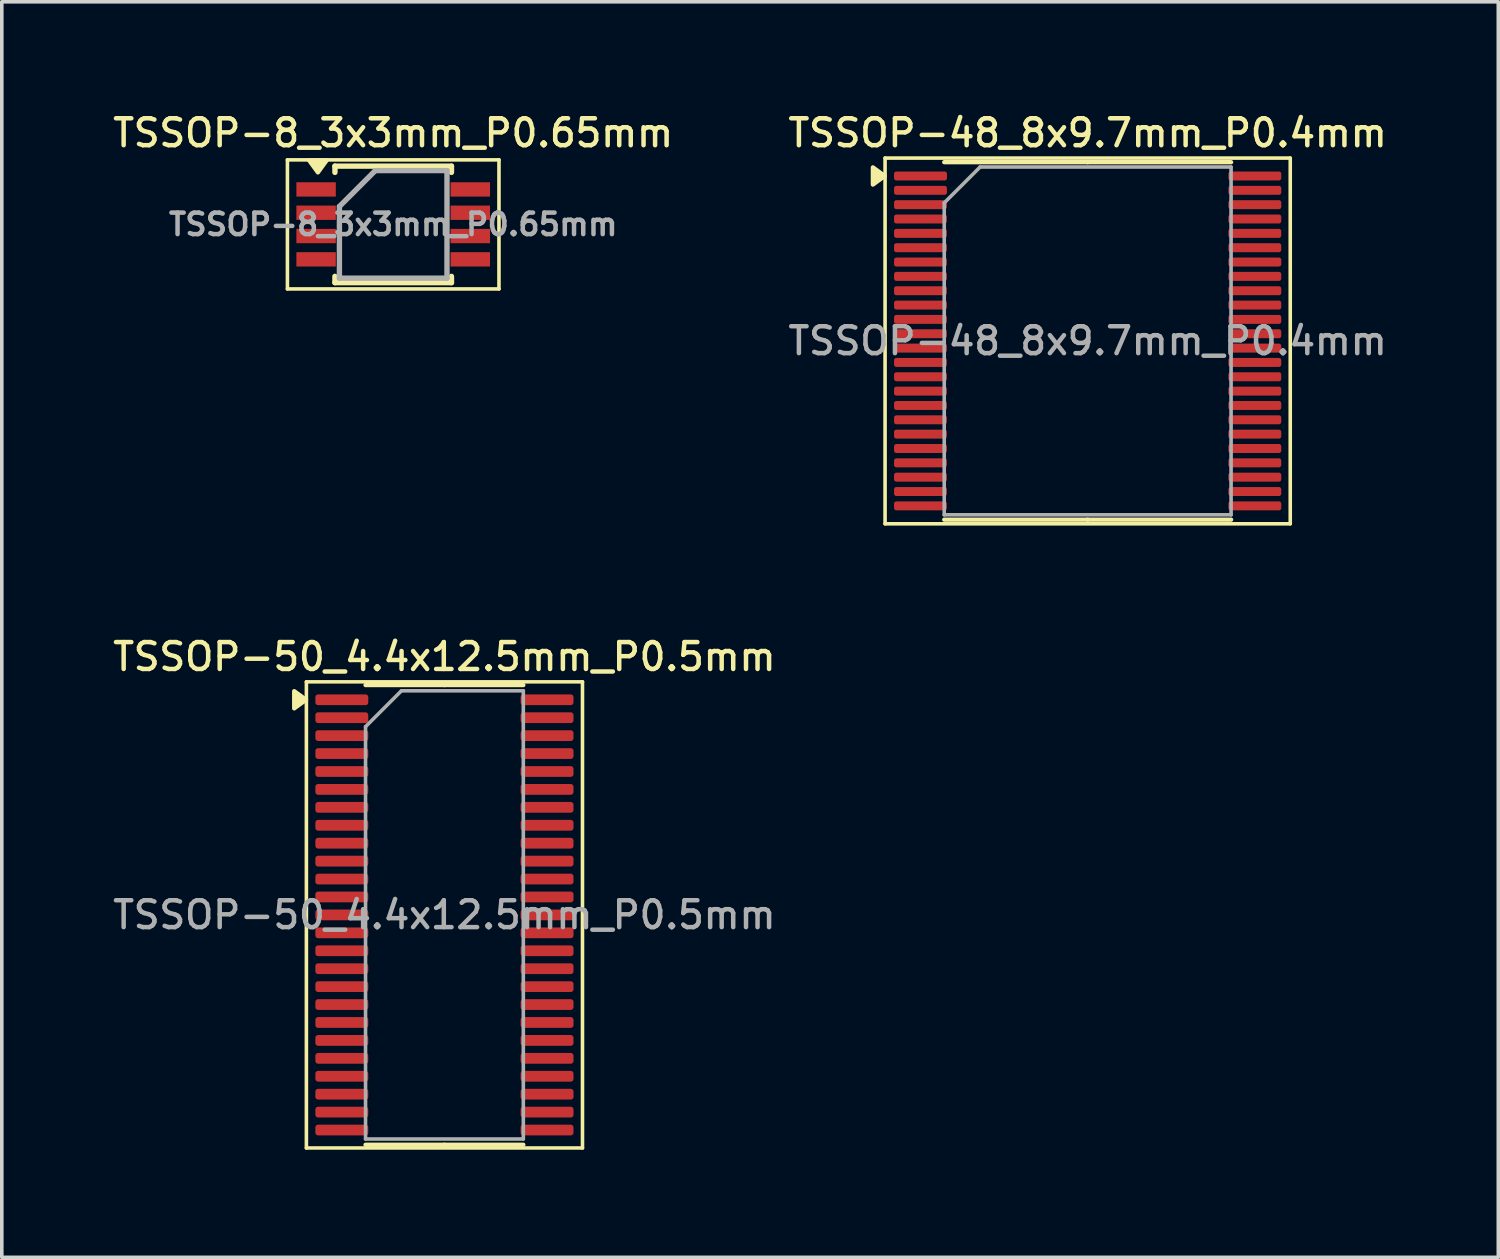
<source format=kicad_pcb>
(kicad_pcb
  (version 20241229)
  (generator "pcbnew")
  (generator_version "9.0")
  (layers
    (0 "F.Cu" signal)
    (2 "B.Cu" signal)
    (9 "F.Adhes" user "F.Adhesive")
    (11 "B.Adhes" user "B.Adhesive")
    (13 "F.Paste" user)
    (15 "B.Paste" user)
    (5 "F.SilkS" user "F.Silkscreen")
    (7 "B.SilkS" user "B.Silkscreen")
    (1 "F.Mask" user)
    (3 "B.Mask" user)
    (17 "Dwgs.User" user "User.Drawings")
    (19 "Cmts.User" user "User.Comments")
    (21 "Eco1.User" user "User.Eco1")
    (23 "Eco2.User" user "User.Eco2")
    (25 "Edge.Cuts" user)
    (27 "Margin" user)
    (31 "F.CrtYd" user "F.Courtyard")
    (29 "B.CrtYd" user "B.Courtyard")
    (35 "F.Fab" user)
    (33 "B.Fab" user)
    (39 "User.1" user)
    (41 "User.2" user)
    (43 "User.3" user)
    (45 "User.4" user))
  (footprint "TSSOP-8_3x3mm_P0.65mm"
    (layer "F.Cu")
    (at 7.916 3.208)
    (property "Reference" "TSSOP-8_3x3mm_P0.65mm" (at 0 -2.55 0) (layer "F.SilkS") (effects (font (size 0.75 0.75) (thickness 0.125))))
    (attr smd)
    (fp_line (start -2.95 -1.8) (end -2.95 1.8) (stroke (width 0.1) (type solid)) (layer "F.SilkS"))
    (fp_line (start -2.95 -1.8) (end 2.95 -1.8) (stroke (width 0.1) (type solid)) (layer "F.SilkS"))
    (fp_line (start -2.95 1.8) (end 2.95 1.8) (stroke (width 0.1) (type solid)) (layer "F.SilkS"))
    (fp_line (start -1.625 -1.625) (end -1.625 -1.45) (stroke (width 0.15) (type solid)) (layer "F.SilkS"))
    (fp_line (start -1.625 -1.625) (end 1.625 -1.625) (stroke (width 0.15) (type solid)) (layer "F.SilkS"))
    (fp_line (start -1.625 1.45) (end -1.625 1.625) (stroke (width 0.15) (type solid)) (layer "F.SilkS"))
    (fp_line (start -1.625 1.625) (end 1.625 1.625) (stroke (width 0.15) (type solid)) (layer "F.SilkS"))
    (fp_line (start 1.625 -1.625) (end 1.625 -1.45) (stroke (width 0.15) (type solid)) (layer "F.SilkS"))
    (fp_line (start 1.625 1.45) (end 1.625 1.625) (stroke (width 0.15) (type solid)) (layer "F.SilkS"))
    (fp_line (start 2.95 -1.8) (end 2.95 1.8) (stroke (width 0.1) (type solid)) (layer "F.SilkS"))
    (fp_poly (pts (xy -2.1 -1.45) (xy -2.34 -1.78) (xy -1.86 -1.78) (xy -2.1 -1.45)) (stroke (width 0.12) (type solid)) (fill yes) (layer "F.SilkS"))
    (fp_line (start -1.5 -0.5) (end -0.5 -1.5) (stroke (width 0.15) (type solid)) (layer "F.Fab"))
    (fp_line (start -1.5 1.5) (end -1.5 -0.5) (stroke (width 0.15) (type solid)) (layer "F.Fab"))
    (fp_line (start -0.5 -1.5) (end 1.5 -1.5) (stroke (width 0.15) (type solid)) (layer "F.Fab"))
    (fp_line (start 1.5 -1.5) (end 1.5 1.5) (stroke (width 0.15) (type solid)) (layer "F.Fab"))
    (fp_line (start 1.5 1.5) (end -1.5 1.5) (stroke (width 0.15) (type solid)) (layer "F.Fab"))
    (fp_text user "${REFERENCE}" (at 0 0 0) (layer "F.Fab") (effects (font (size 0.6 0.6) (thickness 0.125))))
    (pad "1" smd rect (at -2.15 -0.975) (size 1.1 0.4) (layers "F.Cu" "F.Mask" "F.Paste"))
    (pad "2" smd rect (at -2.15 -0.325) (size 1.1 0.4) (layers "F.Cu" "F.Mask" "F.Paste"))
    (pad "3" smd rect (at -2.15 0.325) (size 1.1 0.4) (layers "F.Cu" "F.Mask" "F.Paste"))
    (pad "4" smd rect (at -2.15 0.975) (size 1.1 0.4) (layers "F.Cu" "F.Mask" "F.Paste"))
    (pad "5" smd rect (at 2.15 0.975) (size 1.1 0.4) (layers "F.Cu" "F.Mask" "F.Paste"))
    (pad "6" smd rect (at 2.15 0.325) (size 1.1 0.4) (layers "F.Cu" "F.Mask" "F.Paste"))
    (pad "7" smd rect (at 2.15 -0.325) (size 1.1 0.4) (layers "F.Cu" "F.Mask" "F.Paste"))
    (pad "8" smd rect (at 2.15 -0.975) (size 1.1 0.4) (layers "F.Cu" "F.Mask" "F.Paste")))
  (footprint "TSSOP-48_8x9.7mm_P0.4mm"
    (layer "F.Cu")
    (at 27.284 6.458)
    (property "Reference" "TSSOP-48_8x9.7mm_P0.4mm" (at 0 -5.8 0) (layer "F.SilkS") (effects (font (size 0.75 0.75) (thickness 0.125))))
    (attr smd)
    (fp_line (start -5.65 -5.1) (end -5.65 5.1) (stroke (width 0.1) (type solid)) (layer "F.SilkS"))
    (fp_line (start -5.65 5.1) (end 5.65 5.1) (stroke (width 0.1) (type solid)) (layer "F.SilkS"))
    (fp_line (start 0 -4.985) (end -4 -4.985) (stroke (width 0.12) (type solid)) (layer "F.SilkS"))
    (fp_line (start 0 -4.985) (end 4 -4.985) (stroke (width 0.12) (type solid)) (layer "F.SilkS"))
    (fp_line (start 0 4.985) (end -4 4.985) (stroke (width 0.12) (type solid)) (layer "F.SilkS"))
    (fp_line (start 0 4.985) (end 4 4.985) (stroke (width 0.12) (type solid)) (layer "F.SilkS"))
    (fp_line (start 5.65 -5.1) (end -5.65 -5.1) (stroke (width 0.1) (type solid)) (layer "F.SilkS"))
    (fp_line (start 5.65 5.1) (end 5.65 -5.1) (stroke (width 0.1) (type solid)) (layer "F.SilkS"))
    (fp_poly (pts (xy -5.66 -4.6) (xy -5.99 -4.84) (xy -5.99 -4.36) (xy -5.66 -4.6)) (stroke (width 0.12) (type solid)) (fill yes) (layer "F.SilkS"))
    (fp_line (start -4 -3.85) (end -3 -4.85) (stroke (width 0.1) (type solid)) (layer "F.Fab"))
    (fp_line (start -4 4.85) (end -4 -3.85) (stroke (width 0.1) (type solid)) (layer "F.Fab"))
    (fp_line (start -3 -4.85) (end 4 -4.85) (stroke (width 0.1) (type solid)) (layer "F.Fab"))
    (fp_line (start 4 -4.85) (end 4 4.85) (stroke (width 0.1) (type solid)) (layer "F.Fab"))
    (fp_line (start 4 4.85) (end -4 4.85) (stroke (width 0.1) (type solid)) (layer "F.Fab"))
    (fp_text user "${REFERENCE}" (at 0 0 0) (layer "F.Fab") (effects (font (size 0.75 0.75) (thickness 0.125))))
    (pad "1" smd roundrect (at -4.662 -4.6) (size 1.475 0.25) (layers "F.Cu" "F.Mask" "F.Paste") (roundrect_rratio 0.25))
    (pad "2" smd roundrect (at -4.662 -4.2) (size 1.475 0.25) (layers "F.Cu" "F.Mask" "F.Paste") (roundrect_rratio 0.25))
    (pad "3" smd roundrect (at -4.662 -3.8) (size 1.475 0.25) (layers "F.Cu" "F.Mask" "F.Paste") (roundrect_rratio 0.25))
    (pad "4" smd roundrect (at -4.662 -3.4) (size 1.475 0.25) (layers "F.Cu" "F.Mask" "F.Paste") (roundrect_rratio 0.25))
    (pad "5" smd roundrect (at -4.662 -3) (size 1.475 0.25) (layers "F.Cu" "F.Mask" "F.Paste") (roundrect_rratio 0.25))
    (pad "6" smd roundrect (at -4.662 -2.6) (size 1.475 0.25) (layers "F.Cu" "F.Mask" "F.Paste") (roundrect_rratio 0.25))
    (pad "7" smd roundrect (at -4.662 -2.2) (size 1.475 0.25) (layers "F.Cu" "F.Mask" "F.Paste") (roundrect_rratio 0.25))
    (pad "8" smd roundrect (at -4.662 -1.8) (size 1.475 0.25) (layers "F.Cu" "F.Mask" "F.Paste") (roundrect_rratio 0.25))
    (pad "9" smd roundrect (at -4.662 -1.4) (size 1.475 0.25) (layers "F.Cu" "F.Mask" "F.Paste") (roundrect_rratio 0.25))
    (pad "10" smd roundrect (at -4.662 -1) (size 1.475 0.25) (layers "F.Cu" "F.Mask" "F.Paste") (roundrect_rratio 0.25))
    (pad "11" smd roundrect (at -4.662 -0.6) (size 1.475 0.25) (layers "F.Cu" "F.Mask" "F.Paste") (roundrect_rratio 0.25))
    (pad "12" smd roundrect (at -4.662 -0.2) (size 1.475 0.25) (layers "F.Cu" "F.Mask" "F.Paste") (roundrect_rratio 0.25))
    (pad "13" smd roundrect (at -4.662 0.2) (size 1.475 0.25) (layers "F.Cu" "F.Mask" "F.Paste") (roundrect_rratio 0.25))
    (pad "14" smd roundrect (at -4.662 0.6) (size 1.475 0.25) (layers "F.Cu" "F.Mask" "F.Paste") (roundrect_rratio 0.25))
    (pad "15" smd roundrect (at -4.662 1) (size 1.475 0.25) (layers "F.Cu" "F.Mask" "F.Paste") (roundrect_rratio 0.25))
    (pad "16" smd roundrect (at -4.662 1.4) (size 1.475 0.25) (layers "F.Cu" "F.Mask" "F.Paste") (roundrect_rratio 0.25))
    (pad "17" smd roundrect (at -4.662 1.8) (size 1.475 0.25) (layers "F.Cu" "F.Mask" "F.Paste") (roundrect_rratio 0.25))
    (pad "18" smd roundrect (at -4.662 2.2) (size 1.475 0.25) (layers "F.Cu" "F.Mask" "F.Paste") (roundrect_rratio 0.25))
    (pad "19" smd roundrect (at -4.662 2.6) (size 1.475 0.25) (layers "F.Cu" "F.Mask" "F.Paste") (roundrect_rratio 0.25))
    (pad "20" smd roundrect (at -4.662 3) (size 1.475 0.25) (layers "F.Cu" "F.Mask" "F.Paste") (roundrect_rratio 0.25))
    (pad "21" smd roundrect (at -4.662 3.4) (size 1.475 0.25) (layers "F.Cu" "F.Mask" "F.Paste") (roundrect_rratio 0.25))
    (pad "22" smd roundrect (at -4.662 3.8) (size 1.475 0.25) (layers "F.Cu" "F.Mask" "F.Paste") (roundrect_rratio 0.25))
    (pad "23" smd roundrect (at -4.662 4.2) (size 1.475 0.25) (layers "F.Cu" "F.Mask" "F.Paste") (roundrect_rratio 0.25))
    (pad "24" smd roundrect (at -4.662 4.6) (size 1.475 0.25) (layers "F.Cu" "F.Mask" "F.Paste") (roundrect_rratio 0.25))
    (pad "25" smd roundrect (at 4.662 4.6) (size 1.475 0.25) (layers "F.Cu" "F.Mask" "F.Paste") (roundrect_rratio 0.25))
    (pad "26" smd roundrect (at 4.662 4.2) (size 1.475 0.25) (layers "F.Cu" "F.Mask" "F.Paste") (roundrect_rratio 0.25))
    (pad "27" smd roundrect (at 4.662 3.8) (size 1.475 0.25) (layers "F.Cu" "F.Mask" "F.Paste") (roundrect_rratio 0.25))
    (pad "28" smd roundrect (at 4.662 3.4) (size 1.475 0.25) (layers "F.Cu" "F.Mask" "F.Paste") (roundrect_rratio 0.25))
    (pad "29" smd roundrect (at 4.662 3) (size 1.475 0.25) (layers "F.Cu" "F.Mask" "F.Paste") (roundrect_rratio 0.25))
    (pad "30" smd roundrect (at 4.662 2.6) (size 1.475 0.25) (layers "F.Cu" "F.Mask" "F.Paste") (roundrect_rratio 0.25))
    (pad "31" smd roundrect (at 4.662 2.2) (size 1.475 0.25) (layers "F.Cu" "F.Mask" "F.Paste") (roundrect_rratio 0.25))
    (pad "32" smd roundrect (at 4.662 1.8) (size 1.475 0.25) (layers "F.Cu" "F.Mask" "F.Paste") (roundrect_rratio 0.25))
    (pad "33" smd roundrect (at 4.662 1.4) (size 1.475 0.25) (layers "F.Cu" "F.Mask" "F.Paste") (roundrect_rratio 0.25))
    (pad "34" smd roundrect (at 4.662 1) (size 1.475 0.25) (layers "F.Cu" "F.Mask" "F.Paste") (roundrect_rratio 0.25))
    (pad "35" smd roundrect (at 4.662 0.6) (size 1.475 0.25) (layers "F.Cu" "F.Mask" "F.Paste") (roundrect_rratio 0.25))
    (pad "36" smd roundrect (at 4.662 0.2) (size 1.475 0.25) (layers "F.Cu" "F.Mask" "F.Paste") (roundrect_rratio 0.25))
    (pad "37" smd roundrect (at 4.662 -0.2) (size 1.475 0.25) (layers "F.Cu" "F.Mask" "F.Paste") (roundrect_rratio 0.25))
    (pad "38" smd roundrect (at 4.662 -0.6) (size 1.475 0.25) (layers "F.Cu" "F.Mask" "F.Paste") (roundrect_rratio 0.25))
    (pad "39" smd roundrect (at 4.662 -1) (size 1.475 0.25) (layers "F.Cu" "F.Mask" "F.Paste") (roundrect_rratio 0.25))
    (pad "40" smd roundrect (at 4.662 -1.4) (size 1.475 0.25) (layers "F.Cu" "F.Mask" "F.Paste") (roundrect_rratio 0.25))
    (pad "41" smd roundrect (at 4.662 -1.8) (size 1.475 0.25) (layers "F.Cu" "F.Mask" "F.Paste") (roundrect_rratio 0.25))
    (pad "42" smd roundrect (at 4.662 -2.2) (size 1.475 0.25) (layers "F.Cu" "F.Mask" "F.Paste") (roundrect_rratio 0.25))
    (pad "43" smd roundrect (at 4.662 -2.6) (size 1.475 0.25) (layers "F.Cu" "F.Mask" "F.Paste") (roundrect_rratio 0.25))
    (pad "44" smd roundrect (at 4.662 -3) (size 1.475 0.25) (layers "F.Cu" "F.Mask" "F.Paste") (roundrect_rratio 0.25))
    (pad "45" smd roundrect (at 4.662 -3.4) (size 1.475 0.25) (layers "F.Cu" "F.Mask" "F.Paste") (roundrect_rratio 0.25))
    (pad "46" smd roundrect (at 4.662 -3.8) (size 1.475 0.25) (layers "F.Cu" "F.Mask" "F.Paste") (roundrect_rratio 0.25))
    (pad "47" smd roundrect (at 4.662 -4.2) (size 1.475 0.25) (layers "F.Cu" "F.Mask" "F.Paste") (roundrect_rratio 0.25))
    (pad "48" smd roundrect (at 4.662 -4.6) (size 1.475 0.25) (layers "F.Cu" "F.Mask" "F.Paste") (roundrect_rratio 0.25)))
  (footprint "TSSOP-50_4.4x12.5mm_P0.5mm"
    (layer "F.Cu")
    (at 9.345 22.466)
    (property "Reference" "TSSOP-50_4.4x12.5mm_P0.5mm" (at 0 -7.2 0) (layer "F.SilkS") (effects (font (size 0.75 0.75) (thickness 0.125))))
    (attr smd)
    (fp_line (start -3.85 -6.5) (end -3.85 6.5) (stroke (width 0.1) (type solid)) (layer "F.SilkS"))
    (fp_line (start -3.85 6.5) (end 3.85 6.5) (stroke (width 0.1) (type solid)) (layer "F.SilkS"))
    (fp_line (start 0 -6.41) (end -2.2 -6.41) (stroke (width 0.12) (type solid)) (layer "F.SilkS"))
    (fp_line (start 0 -6.41) (end 2.2 -6.41) (stroke (width 0.12) (type solid)) (layer "F.SilkS"))
    (fp_line (start 0 6.41) (end -2.2 6.41) (stroke (width 0.12) (type solid)) (layer "F.SilkS"))
    (fp_line (start 0 6.41) (end 2.2 6.41) (stroke (width 0.12) (type solid)) (layer "F.SilkS"))
    (fp_line (start 3.85 -6.5) (end -3.85 -6.5) (stroke (width 0.1) (type solid)) (layer "F.SilkS"))
    (fp_line (start 3.85 6.5) (end 3.85 -6.5) (stroke (width 0.1) (type solid)) (layer "F.SilkS"))
    (fp_poly (pts (xy -3.86 -6) (xy -4.19 -6.24) (xy -4.19 -5.76) (xy -3.86 -6)) (stroke (width 0.12) (type solid)) (fill yes) (layer "F.SilkS"))
    (fp_line (start -2.2 -5.25) (end -1.2 -6.25) (stroke (width 0.1) (type solid)) (layer "F.Fab"))
    (fp_line (start -2.2 6.25) (end -2.2 -5.25) (stroke (width 0.1) (type solid)) (layer "F.Fab"))
    (fp_line (start -1.2 -6.25) (end 2.2 -6.25) (stroke (width 0.1) (type solid)) (layer "F.Fab"))
    (fp_line (start 2.2 -6.25) (end 2.2 6.25) (stroke (width 0.1) (type solid)) (layer "F.Fab"))
    (fp_line (start 2.2 6.25) (end -2.2 6.25) (stroke (width 0.1) (type solid)) (layer "F.Fab"))
    (fp_text user "${REFERENCE}" (at 0 0 0) (layer "F.Fab") (effects (font (size 0.75 0.75) (thickness 0.125))))
    (pad "1" smd roundrect (at -2.862 -6) (size 1.475 0.3) (layers "F.Cu" "F.Mask" "F.Paste") (roundrect_rratio 0.25))
    (pad "2" smd roundrect (at -2.862 -5.5) (size 1.475 0.3) (layers "F.Cu" "F.Mask" "F.Paste") (roundrect_rratio 0.25))
    (pad "3" smd roundrect (at -2.862 -5) (size 1.475 0.3) (layers "F.Cu" "F.Mask" "F.Paste") (roundrect_rratio 0.25))
    (pad "4" smd roundrect (at -2.862 -4.5) (size 1.475 0.3) (layers "F.Cu" "F.Mask" "F.Paste") (roundrect_rratio 0.25))
    (pad "5" smd roundrect (at -2.862 -4) (size 1.475 0.3) (layers "F.Cu" "F.Mask" "F.Paste") (roundrect_rratio 0.25))
    (pad "6" smd roundrect (at -2.862 -3.5) (size 1.475 0.3) (layers "F.Cu" "F.Mask" "F.Paste") (roundrect_rratio 0.25))
    (pad "7" smd roundrect (at -2.862 -3) (size 1.475 0.3) (layers "F.Cu" "F.Mask" "F.Paste") (roundrect_rratio 0.25))
    (pad "8" smd roundrect (at -2.862 -2.5) (size 1.475 0.3) (layers "F.Cu" "F.Mask" "F.Paste") (roundrect_rratio 0.25))
    (pad "9" smd roundrect (at -2.862 -2) (size 1.475 0.3) (layers "F.Cu" "F.Mask" "F.Paste") (roundrect_rratio 0.25))
    (pad "10" smd roundrect (at -2.862 -1.5) (size 1.475 0.3) (layers "F.Cu" "F.Mask" "F.Paste") (roundrect_rratio 0.25))
    (pad "11" smd roundrect (at -2.862 -1) (size 1.475 0.3) (layers "F.Cu" "F.Mask" "F.Paste") (roundrect_rratio 0.25))
    (pad "12" smd roundrect (at -2.862 -0.5) (size 1.475 0.3) (layers "F.Cu" "F.Mask" "F.Paste") (roundrect_rratio 0.25))
    (pad "13" smd roundrect (at -2.862 0) (size 1.475 0.3) (layers "F.Cu" "F.Mask" "F.Paste") (roundrect_rratio 0.25))
    (pad "14" smd roundrect (at -2.862 0.5) (size 1.475 0.3) (layers "F.Cu" "F.Mask" "F.Paste") (roundrect_rratio 0.25))
    (pad "15" smd roundrect (at -2.862 1) (size 1.475 0.3) (layers "F.Cu" "F.Mask" "F.Paste") (roundrect_rratio 0.25))
    (pad "16" smd roundrect (at -2.862 1.5) (size 1.475 0.3) (layers "F.Cu" "F.Mask" "F.Paste") (roundrect_rratio 0.25))
    (pad "17" smd roundrect (at -2.862 2) (size 1.475 0.3) (layers "F.Cu" "F.Mask" "F.Paste") (roundrect_rratio 0.25))
    (pad "18" smd roundrect (at -2.862 2.5) (size 1.475 0.3) (layers "F.Cu" "F.Mask" "F.Paste") (roundrect_rratio 0.25))
    (pad "19" smd roundrect (at -2.862 3) (size 1.475 0.3) (layers "F.Cu" "F.Mask" "F.Paste") (roundrect_rratio 0.25))
    (pad "20" smd roundrect (at -2.862 3.5) (size 1.475 0.3) (layers "F.Cu" "F.Mask" "F.Paste") (roundrect_rratio 0.25))
    (pad "21" smd roundrect (at -2.862 4) (size 1.475 0.3) (layers "F.Cu" "F.Mask" "F.Paste") (roundrect_rratio 0.25))
    (pad "22" smd roundrect (at -2.862 4.5) (size 1.475 0.3) (layers "F.Cu" "F.Mask" "F.Paste") (roundrect_rratio 0.25))
    (pad "23" smd roundrect (at -2.862 5) (size 1.475 0.3) (layers "F.Cu" "F.Mask" "F.Paste") (roundrect_rratio 0.25))
    (pad "24" smd roundrect (at -2.862 5.5) (size 1.475 0.3) (layers "F.Cu" "F.Mask" "F.Paste") (roundrect_rratio 0.25))
    (pad "25" smd roundrect (at -2.862 6) (size 1.475 0.3) (layers "F.Cu" "F.Mask" "F.Paste") (roundrect_rratio 0.25))
    (pad "26" smd roundrect (at 2.862 6) (size 1.475 0.3) (layers "F.Cu" "F.Mask" "F.Paste") (roundrect_rratio 0.25))
    (pad "27" smd roundrect (at 2.862 5.5) (size 1.475 0.3) (layers "F.Cu" "F.Mask" "F.Paste") (roundrect_rratio 0.25))
    (pad "28" smd roundrect (at 2.862 5) (size 1.475 0.3) (layers "F.Cu" "F.Mask" "F.Paste") (roundrect_rratio 0.25))
    (pad "29" smd roundrect (at 2.862 4.5) (size 1.475 0.3) (layers "F.Cu" "F.Mask" "F.Paste") (roundrect_rratio 0.25))
    (pad "30" smd roundrect (at 2.862 4) (size 1.475 0.3) (layers "F.Cu" "F.Mask" "F.Paste") (roundrect_rratio 0.25))
    (pad "31" smd roundrect (at 2.862 3.5) (size 1.475 0.3) (layers "F.Cu" "F.Mask" "F.Paste") (roundrect_rratio 0.25))
    (pad "32" smd roundrect (at 2.862 3) (size 1.475 0.3) (layers "F.Cu" "F.Mask" "F.Paste") (roundrect_rratio 0.25))
    (pad "33" smd roundrect (at 2.862 2.5) (size 1.475 0.3) (layers "F.Cu" "F.Mask" "F.Paste") (roundrect_rratio 0.25))
    (pad "34" smd roundrect (at 2.862 2) (size 1.475 0.3) (layers "F.Cu" "F.Mask" "F.Paste") (roundrect_rratio 0.25))
    (pad "35" smd roundrect (at 2.862 1.5) (size 1.475 0.3) (layers "F.Cu" "F.Mask" "F.Paste") (roundrect_rratio 0.25))
    (pad "36" smd roundrect (at 2.862 1) (size 1.475 0.3) (layers "F.Cu" "F.Mask" "F.Paste") (roundrect_rratio 0.25))
    (pad "37" smd roundrect (at 2.862 0.5) (size 1.475 0.3) (layers "F.Cu" "F.Mask" "F.Paste") (roundrect_rratio 0.25))
    (pad "38" smd roundrect (at 2.862 0) (size 1.475 0.3) (layers "F.Cu" "F.Mask" "F.Paste") (roundrect_rratio 0.25))
    (pad "39" smd roundrect (at 2.862 -0.5) (size 1.475 0.3) (layers "F.Cu" "F.Mask" "F.Paste") (roundrect_rratio 0.25))
    (pad "40" smd roundrect (at 2.862 -1) (size 1.475 0.3) (layers "F.Cu" "F.Mask" "F.Paste") (roundrect_rratio 0.25))
    (pad "41" smd roundrect (at 2.862 -1.5) (size 1.475 0.3) (layers "F.Cu" "F.Mask" "F.Paste") (roundrect_rratio 0.25))
    (pad "42" smd roundrect (at 2.862 -2) (size 1.475 0.3) (layers "F.Cu" "F.Mask" "F.Paste") (roundrect_rratio 0.25))
    (pad "43" smd roundrect (at 2.862 -2.5) (size 1.475 0.3) (layers "F.Cu" "F.Mask" "F.Paste") (roundrect_rratio 0.25))
    (pad "44" smd roundrect (at 2.862 -3) (size 1.475 0.3) (layers "F.Cu" "F.Mask" "F.Paste") (roundrect_rratio 0.25))
    (pad "45" smd roundrect (at 2.862 -3.5) (size 1.475 0.3) (layers "F.Cu" "F.Mask" "F.Paste") (roundrect_rratio 0.25))
    (pad "46" smd roundrect (at 2.862 -4) (size 1.475 0.3) (layers "F.Cu" "F.Mask" "F.Paste") (roundrect_rratio 0.25))
    (pad "47" smd roundrect (at 2.862 -4.5) (size 1.475 0.3) (layers "F.Cu" "F.Mask" "F.Paste") (roundrect_rratio 0.25))
    (pad "48" smd roundrect (at 2.862 -5) (size 1.475 0.3) (layers "F.Cu" "F.Mask" "F.Paste") (roundrect_rratio 0.25))
    (pad "49" smd roundrect (at 2.862 -5.5) (size 1.475 0.3) (layers "F.Cu" "F.Mask" "F.Paste") (roundrect_rratio 0.25))
    (pad "50" smd roundrect (at 2.862 -6) (size 1.475 0.3) (layers "F.Cu" "F.Mask" "F.Paste") (roundrect_rratio 0.25)))
  (gr_rect
    (start -3 -3)
    (end 38.736 32.016)
    (stroke (width 0.1) (type default))
    (fill no)
    (layer "Edge.Cuts")))
</source>
